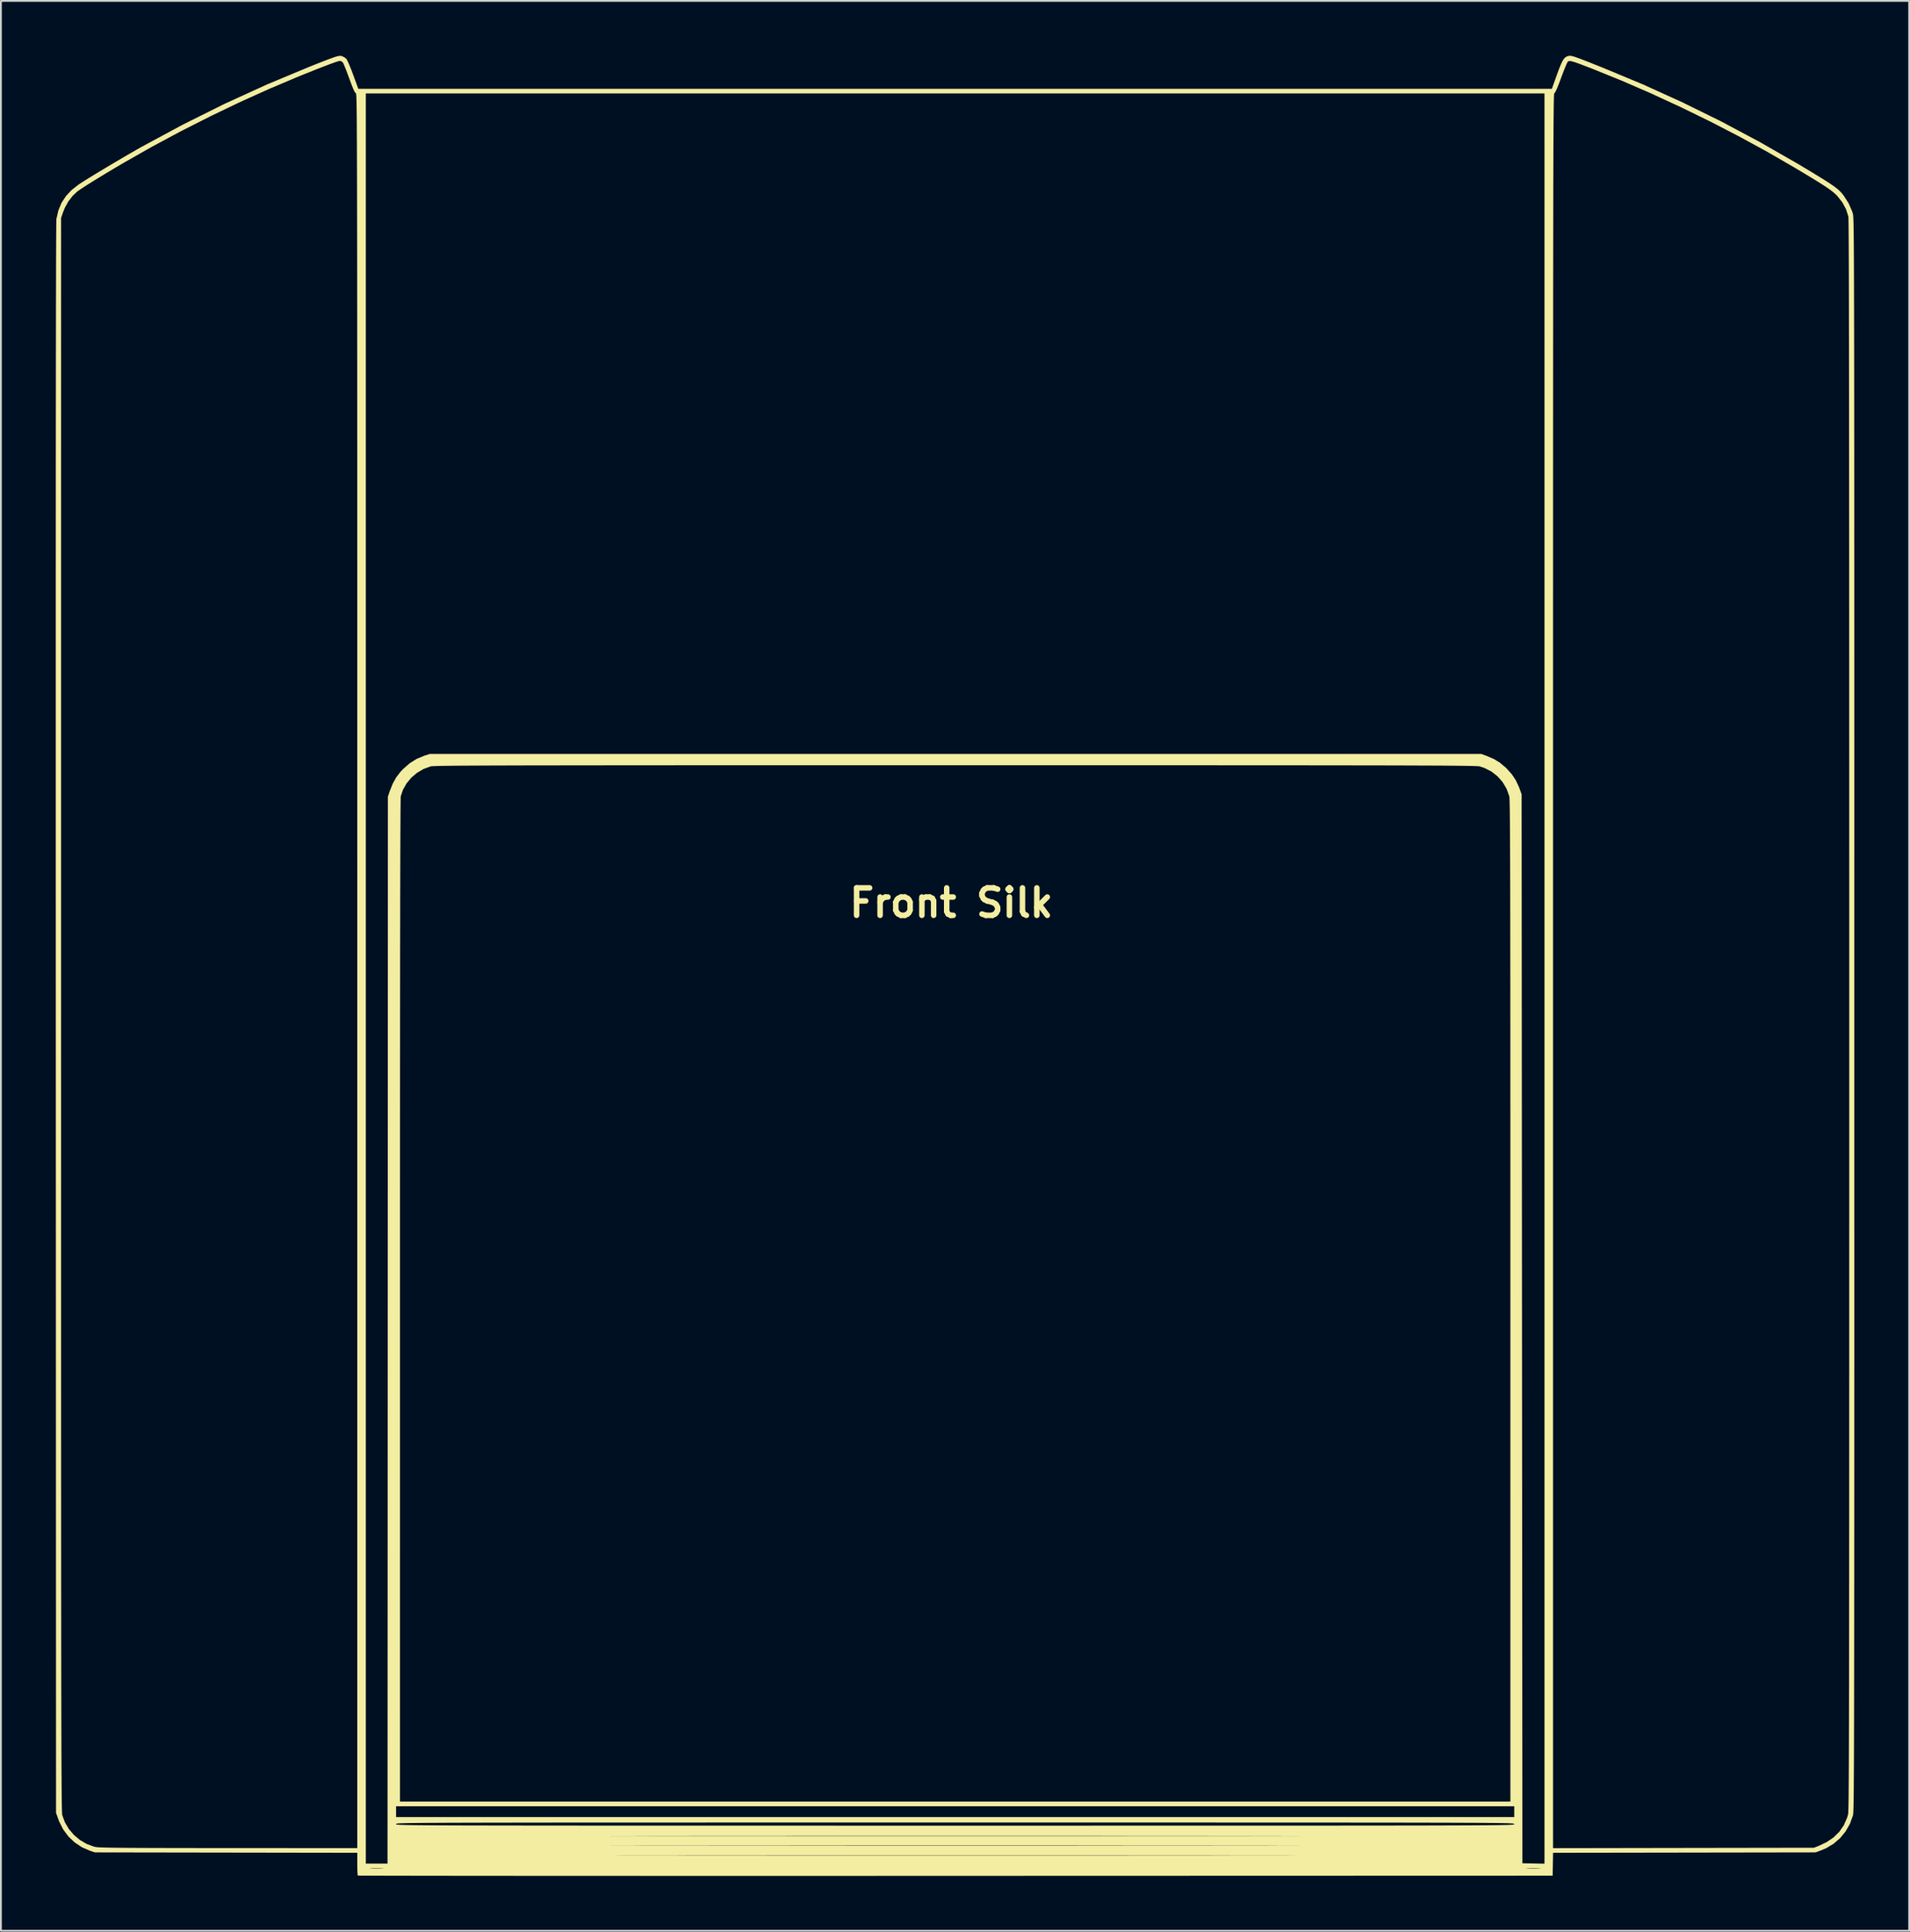
<source format=kicad_pcb>
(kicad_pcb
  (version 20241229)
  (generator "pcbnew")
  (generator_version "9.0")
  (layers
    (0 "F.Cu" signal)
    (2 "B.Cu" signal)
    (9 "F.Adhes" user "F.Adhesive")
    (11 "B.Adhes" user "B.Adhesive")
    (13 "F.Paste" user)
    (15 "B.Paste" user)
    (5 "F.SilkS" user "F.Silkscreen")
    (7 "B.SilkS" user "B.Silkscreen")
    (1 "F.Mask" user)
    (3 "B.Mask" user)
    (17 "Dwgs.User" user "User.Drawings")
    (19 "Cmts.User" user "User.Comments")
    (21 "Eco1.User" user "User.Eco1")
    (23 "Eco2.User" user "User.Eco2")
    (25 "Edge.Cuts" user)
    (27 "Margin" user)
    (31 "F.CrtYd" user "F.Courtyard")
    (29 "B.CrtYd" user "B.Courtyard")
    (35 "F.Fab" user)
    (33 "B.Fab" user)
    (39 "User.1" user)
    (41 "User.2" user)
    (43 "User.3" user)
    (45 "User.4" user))
  (footprint "Front Silk"
    (layer "F.Cu")
    (at 48.969 46.307)
    (property "Reference" "Front Silk" (at 0 0 0) (layer "F.SilkS") (effects (font (size 1.5 1.5) (thickness 0.3))))
    (attr board_only exclude_from_pos_files exclude_from_bom)
    (fp_poly (pts (xy 33.908 -46.3) (xy 33.988 -46.281) (xy 34.095 -46.249) (xy 34.236 -46.2) (xy 34.42 -46.132) (xy 34.653 -46.042) (xy 34.945 -45.928) (xy 35.302 -45.786) (xy 35.598 -45.668) (xy 37.801 -44.752) (xy 39.958 -43.774) (xy 42.079 -42.73) (xy 44.176 -41.614) (xy 46.261 -40.42) (xy 46.681 -40.169) (xy 47.1 -39.917) (xy 47.452 -39.702) (xy 47.745 -39.52) (xy 47.986 -39.366) (xy 48.182 -39.234) (xy 48.341 -39.12) (xy 48.47 -39.018) (xy 48.576 -38.923) (xy 48.665 -38.831) (xy 48.745 -38.736) (xy 48.794 -38.673) (xy 49.069 -38.245) (xy 49.263 -37.8) (xy 49.302 -37.673) (xy 49.306 -37.656) (xy 49.31 -37.636) (xy 49.314 -37.609) (xy 49.318 -37.575) (xy 49.321 -37.533) (xy 49.325 -37.48) (xy 49.328 -37.415) (xy 49.331 -37.337) (xy 49.334 -37.243) (xy 49.337 -37.133) (xy 49.34 -37.005) (xy 49.342 -36.858) (xy 49.345 -36.689) (xy 49.347 -36.497) (xy 49.35 -36.282) (xy 49.352 -36.04) (xy 49.354 -35.771) (xy 49.356 -35.474) (xy 49.358 -35.146) (xy 49.359 -34.786) (xy 49.361 -34.393) (xy 49.363 -33.965) (xy 49.364 -33.5) (xy 49.365 -32.997) (xy 49.367 -32.455) (xy 49.368 -31.872) (xy 49.369 -31.245) (xy 49.37 -30.575) (xy 49.371 -29.859) (xy 49.372 -29.096) (xy 49.373 -28.284) (xy 49.374 -27.422) (xy 49.374 -26.508) (xy 49.375 -25.54) (xy 49.376 -24.518) (xy 49.376 -23.439) (xy 49.377 -22.302) (xy 49.377 -21.105) (xy 49.377 -19.848) (xy 49.378 -18.527) (xy 49.378 -17.143) (xy 49.378 -15.693) (xy 49.379 -14.176) (xy 49.379 -12.59) (xy 49.379 -10.934) (xy 49.379 -9.206) (xy 49.379 -7.404) (xy 49.379 -5.528) (xy 49.379 -3.575) (xy 49.379 -1.545) (xy 49.379 0.565) (xy 49.379 2.757) (xy 49.379 5.03) (xy 49.379 6.106) (xy 49.379 8.42) (xy 49.379 10.651) (xy 49.379 12.799) (xy 49.379 14.868) (xy 49.379 16.858) (xy 49.379 18.771) (xy 49.379 20.608) (xy 49.379 22.371) (xy 49.379 24.062) (xy 49.379 25.681) (xy 49.378 27.232) (xy 49.378 28.714) (xy 49.378 30.129) (xy 49.378 31.48) (xy 49.377 32.768) (xy 49.377 33.993) (xy 49.376 35.159) (xy 49.376 36.265) (xy 49.375 37.315) (xy 49.374 38.309) (xy 49.374 39.248) (xy 49.373 40.135) (xy 49.372 40.971) (xy 49.371 41.757) (xy 49.37 42.496) (xy 49.369 43.187) (xy 49.368 43.834) (xy 49.367 44.438) (xy 49.366 44.999) (xy 49.364 45.52) (xy 49.363 46.003) (xy 49.361 46.448) (xy 49.36 46.857) (xy 49.358 47.232) (xy 49.356 47.574) (xy 49.354 47.885) (xy 49.352 48.167) (xy 49.35 48.42) (xy 49.348 48.647) (xy 49.345 48.849) (xy 49.343 49.027) (xy 49.34 49.184) (xy 49.338 49.32) (xy 49.335 49.437) (xy 49.332 49.536) (xy 49.329 49.62) (xy 49.326 49.69) (xy 49.322 49.747) (xy 49.319 49.792) (xy 49.315 49.828) (xy 49.312 49.856) (xy 49.308 49.877) (xy 49.305 49.888) (xy 49.139 50.344) (xy 48.903 50.758) (xy 48.604 51.122) (xy 48.247 51.43) (xy 47.838 51.675) (xy 47.569 51.789) (xy 47.259 51.903) (xy 40.084 51.914) (xy 32.908 51.925) (xy 32.896 52.55) (xy 32.884 53.175) (xy 0.23 53.185) (xy -1.432 53.186) (xy -3.072 53.186) (xy -4.69 53.187) (xy -6.283 53.187) (xy -7.849 53.187) (xy -9.386 53.187) (xy -10.892 53.187) (xy -12.364 53.187) (xy -13.802 53.187) (xy -15.202 53.187) (xy -16.563 53.187) (xy -17.883 53.186) (xy -19.16 53.186) (xy -20.391 53.186) (xy -21.574 53.185) (xy -22.708 53.185) (xy -23.791 53.184) (xy -24.82 53.183) (xy -25.793 53.182) (xy -26.709 53.182) (xy -27.564 53.181) (xy -28.359 53.18) (xy -29.089 53.179) (xy -29.753 53.178) (xy -30.35 53.177) (xy -30.876 53.176) (xy -31.33 53.175) (xy -31.711 53.173) (xy -32.015 53.172) (xy -32.241 53.171) (xy -32.387 53.169) (xy -32.45 53.168) (xy -32.453 53.168) (xy -32.463 53.117) (xy -32.472 52.998) (xy -32.478 52.826) (xy -32.479 52.788) (xy -31.796 52.788) (xy -31.785 52.792) (xy -31.702 52.795) (xy -31.553 52.797) (xy -31.421 52.797) (xy -31.232 52.796) (xy -31.105 52.794) (xy -31.045 52.791) (xy -31.056 52.787) (xy 31.445 52.787) (xy 31.451 52.792) (xy 31.529 52.795) (xy 31.674 52.797) (xy 31.824 52.797) (xy 32.018 52.796) (xy 32.151 52.794) (xy 32.218 52.791) (xy 32.211 52.786) (xy 32.155 52.783) (xy 31.948 52.777) (xy 31.711 52.778) (xy 31.519 52.783) (xy 31.445 52.787) (xy -31.056 52.787) (xy -31.06 52.786) (xy -31.114 52.783) (xy -31.33 52.777) (xy -31.569 52.778) (xy -31.729 52.783) (xy -31.796 52.788) (xy -32.479 52.788) (xy -32.481 52.617) (xy -32.481 52.532) (xy -32.481 51.925) (xy -39.658 51.914) (xy -46.835 51.903) (xy -47.111 51.808) (xy -47.548 51.616) (xy -47.939 51.355) (xy -48.279 51.031) (xy -48.562 50.65) (xy -48.781 50.219) (xy -48.826 50.102) (xy -48.955 49.74) (xy -48.966 10.661) (xy -48.679 10.661) (xy -48.679 12.824) (xy -48.679 14.907) (xy -48.679 16.912) (xy -48.679 18.839) (xy -48.679 20.69) (xy -48.679 22.467) (xy -48.679 24.171) (xy -48.678 25.804) (xy -48.678 27.367) (xy -48.678 28.862) (xy -48.677 30.29) (xy -48.677 31.653) (xy -48.676 32.952) (xy -48.676 34.188) (xy -48.675 35.364) (xy -48.675 36.48) (xy -48.674 37.539) (xy -48.673 38.541) (xy -48.672 39.489) (xy -48.672 40.383) (xy -48.671 41.226) (xy -48.67 42.018) (xy -48.669 42.761) (xy -48.667 43.457) (xy -48.666 44.107) (xy -48.665 44.713) (xy -48.664 45.276) (xy -48.662 45.798) (xy -48.661 46.28) (xy -48.659 46.724) (xy -48.657 47.131) (xy -48.655 47.503) (xy -48.653 47.84) (xy -48.651 48.146) (xy -48.649 48.421) (xy -48.647 48.666) (xy -48.645 48.884) (xy -48.643 49.075) (xy -48.64 49.242) (xy -48.637 49.385) (xy -48.635 49.506) (xy -48.632 49.607) (xy -48.629 49.69) (xy -48.626 49.755) (xy -48.623 49.804) (xy -48.619 49.839) (xy -48.616 49.861) (xy -48.615 49.865) (xy -48.47 50.259) (xy -48.253 50.625) (xy -47.975 50.951) (xy -47.647 51.226) (xy -47.28 51.441) (xy -46.885 51.586) (xy -46.803 51.605) (xy -46.755 51.613) (xy -46.683 51.62) (xy -46.581 51.626) (xy -46.448 51.632) (xy -46.279 51.637) (xy -46.071 51.642) (xy -45.821 51.646) (xy -45.524 51.649) (xy -45.176 51.653) (xy -44.776 51.655) (xy -44.318 51.658) (xy -43.799 51.66) (xy -43.216 51.661) (xy -42.566 51.663) (xy -41.843 51.664) (xy -41.046 51.665) (xy -40.17 51.666) (xy -39.51 51.666) (xy -32.481 51.669) (xy -32.481 4.134) (xy -32.015 4.134) (xy -32.015 52.517) (xy -31.422 52.517) (xy -30.828 52.517) (xy -30.828 52.066) (xy -18.668 52.066) (xy -18.594 52.067) (xy -18.446 52.067) (xy -18.224 52.068) (xy -17.928 52.068) (xy -17.561 52.069) (xy -17.122 52.069) (xy -16.612 52.069) (xy -16.034 52.07) (xy -15.386 52.07) (xy -14.672 52.07) (xy -13.89 52.071) (xy -13.042 52.071) (xy -12.13 52.071) (xy -11.153 52.071) (xy -10.114 52.071) (xy -9.012 52.072) (xy -7.848 52.072) (xy -6.624 52.072) (xy -5.341 52.072) (xy -3.999 52.072) (xy -2.6 52.072) (xy -1.143 52.072) (xy 0.212 52.072) (xy 1.719 52.072) (xy 3.17 52.072) (xy 4.563 52.072) (xy 5.899 52.072) (xy 7.177 52.072) (xy 8.394 52.072) (xy 9.551 52.072) (xy 10.647 52.071) (xy 11.68 52.071) (xy 12.65 52.071) (xy 13.556 52.071) (xy 14.397 52.07) (xy 15.172 52.07) (xy 15.88 52.07) (xy 16.52 52.07) (xy 17.092 52.069) (xy 17.594 52.069) (xy 18.025 52.069) (xy 18.386 52.068) (xy 18.674 52.068) (xy 18.888 52.067) (xy 19.029 52.067) (xy 19.095 52.066) (xy 19.085 52.066) (xy 18.998 52.066) (xy 18.833 52.065) (xy 18.59 52.065) (xy 18.267 52.064) (xy 17.864 52.064) (xy 17.38 52.063) (xy 16.814 52.063) (xy 16.164 52.062) (xy 15.509 52.062) (xy 14.171 52.061) (xy 12.758 52.06) (xy 11.276 52.059) (xy 9.736 52.059) (xy 8.146 52.058) (xy 6.515 52.058) (xy 4.852 52.057) (xy 3.164 52.057) (xy 1.462 52.057) (xy -0.247 52.057) (xy -1.954 52.057) (xy -3.65 52.057) (xy -5.325 52.058) (xy -6.973 52.058) (xy -8.583 52.058) (xy -10.147 52.059) (xy -11.656 52.06) (xy -13.102 52.06) (xy -14.477 52.061) (xy -15.085 52.062) (xy -15.81 52.062) (xy -16.451 52.063) (xy -17.009 52.063) (xy -17.485 52.064) (xy -17.88 52.064) (xy -18.195 52.065) (xy -18.43 52.065) (xy -18.586 52.066) (xy -18.665 52.066) (xy -18.668 52.066) (xy -30.828 52.066) (xy -30.828 51.515) (xy -18.668 51.515) (xy -18.594 51.516) (xy -18.446 51.516) (xy -18.224 51.517) (xy -17.928 51.517) (xy -17.561 51.517) (xy -17.122 51.518) (xy -16.612 51.518) (xy -16.034 51.518) (xy -15.386 51.519) (xy -14.672 51.519) (xy -13.89 51.519) (xy -13.042 51.52) (xy -12.13 51.52) (xy -11.153 51.52) (xy -10.114 51.52) (xy -9.012 51.52) (xy -7.848 51.521) (xy -6.624 51.521) (xy -5.341 51.521) (xy -3.999 51.521) (xy -2.6 51.521) (xy -1.143 51.521) (xy 0.212 51.521) (xy 1.719 51.521) (xy 3.17 51.521) (xy 4.563 51.521) (xy 5.899 51.521) (xy 7.177 51.521) (xy 8.394 51.521) (xy 9.551 51.52) (xy 10.647 51.52) (xy 11.68 51.52) (xy 12.65 51.52) (xy 13.556 51.52) (xy 14.397 51.519) (xy 15.172 51.519) (xy 15.88 51.519) (xy 16.52 51.518) (xy 17.092 51.518) (xy 17.594 51.518) (xy 18.025 51.517) (xy 18.386 51.517) (xy 18.674 51.516) (xy 18.888 51.516) (xy 19.029 51.516) (xy 19.095 51.515) (xy 19.085 51.515) (xy 18.998 51.514) (xy 18.833 51.514) (xy 18.59 51.513) (xy 18.267 51.513) (xy 17.864 51.512) (xy 17.38 51.512) (xy 16.814 51.511) (xy 16.164 51.511) (xy 15.509 51.51) (xy 14.171 51.509) (xy 12.758 51.509) (xy 11.276 51.508) (xy 9.736 51.507) (xy 8.146 51.507) (xy 6.515 51.506) (xy 4.852 51.506) (xy 3.164 51.506) (xy 1.462 51.506) (xy -0.247 51.506) (xy -1.954 51.506) (xy -3.65 51.506) (xy -5.325 51.506) (xy -6.973 51.507) (xy -8.583 51.507) (xy -10.147 51.508) (xy -11.656 51.508) (xy -13.102 51.509) (xy -14.477 51.51) (xy -15.085 51.51) (xy -15.81 51.511) (xy -16.451 51.511) (xy -17.009 51.512) (xy -17.485 51.512) (xy -17.88 51.513) (xy -18.195 51.513) (xy -18.43 51.514) (xy -18.586 51.514) (xy -18.665 51.515) (xy -18.668 51.515) (xy -30.828 51.515) (xy -30.828 51.006) (xy -18.668 51.006) (xy -18.594 51.007) (xy -18.446 51.007) (xy -18.224 51.008) (xy -17.928 51.008) (xy -17.561 51.008) (xy -17.122 51.009) (xy -16.612 51.009) (xy -16.034 51.01) (xy -15.386 51.01) (xy -14.672 51.01) (xy -13.89 51.01) (xy -13.042 51.011) (xy -12.13 51.011) (xy -11.153 51.011) (xy -10.114 51.011) (xy -9.012 51.012) (xy -7.848 51.012) (xy -6.624 51.012) (xy -5.341 51.012) (xy -3.999 51.012) (xy -2.6 51.012) (xy -1.143 51.012) (xy 0.212 51.012) (xy 1.719 51.012) (xy 3.17 51.012) (xy 4.563 51.012) (xy 5.899 51.012) (xy 7.177 51.012) (xy 8.394 51.012) (xy 9.551 51.012) (xy 10.647 51.011) (xy 11.68 51.011) (xy 12.65 51.011) (xy 13.556 51.011) (xy 14.397 51.01) (xy 15.172 51.01) (xy 15.88 51.01) (xy 16.52 51.009) (xy 17.092 51.009) (xy 17.594 51.009) (xy 18.025 51.008) (xy 18.386 51.008) (xy 18.674 51.008) (xy 18.888 51.007) (xy 19.029 51.007) (xy 19.095 51.006) (xy 19.085 51.006) (xy 18.998 51.005) (xy 18.833 51.005) (xy 18.59 51.004) (xy 18.267 51.004) (xy 17.864 51.003) (xy 17.38 51.003) (xy 16.814 51.002) (xy 16.164 51.002) (xy 15.509 51.001) (xy 14.171 51.001) (xy 12.758 51) (xy 11.276 50.999) (xy 9.736 50.999) (xy 8.146 50.998) (xy 6.515 50.998) (xy 4.852 50.997) (xy 3.164 50.997) (xy 1.462 50.997) (xy -0.247 50.997) (xy -1.954 50.997) (xy -3.65 50.997) (xy -5.325 50.997) (xy -6.973 50.998) (xy -8.583 50.998) (xy -10.147 50.999) (xy -11.656 50.999) (xy -13.102 51) (xy -14.477 51.001) (xy -15.085 51.001) (xy -15.81 51.002) (xy -16.451 51.002) (xy -17.009 51.003) (xy -17.485 51.004) (xy -17.88 51.004) (xy -18.195 51.005) (xy -18.43 51.005) (xy -18.586 51.005) (xy -18.665 51.006) (xy -18.668 51.006) (xy -30.828 51.006) (xy -30.827 50.355) (xy -30.361 50.355) (xy -30.361 50.36) (xy -30.359 50.365) (xy -30.353 50.37) (xy -30.341 50.375) (xy -30.322 50.379) (xy -30.294 50.384) (xy -30.255 50.388) (xy -30.203 50.391) (xy -30.137 50.395) (xy -30.053 50.399) (xy -29.952 50.402) (xy -29.83 50.405) (xy -29.687 50.408) (xy -29.52 50.411) (xy -29.327 50.413) (xy -29.106 50.416) (xy -28.857 50.418) (xy -28.576 50.42) (xy -28.263 50.422) (xy -27.914 50.424) (xy -27.529 50.426) (xy -27.106 50.427) (xy -26.643 50.429) (xy -26.137 50.43) (xy -25.588 50.431) (xy -24.993 50.432) (xy -24.351 50.433) (xy -23.659 50.434) (xy -22.916 50.435) (xy -22.12 50.436) (xy -21.269 50.436) (xy -20.362 50.437) (xy -19.397 50.437) (xy -18.371 50.438) (xy -17.283 50.438) (xy -16.131 50.439) (xy -14.913 50.439) (xy -13.628 50.439) (xy -12.273 50.439) (xy -10.848 50.439) (xy -9.349 50.439) (xy -7.775 50.439) (xy -6.125 50.44) (xy -4.396 50.44) (xy -2.587 50.44) (xy -0.696 50.44) (xy 0.212 50.44) (xy 2.142 50.44) (xy 3.989 50.44) (xy 5.755 50.44) (xy 7.442 50.44) (xy 9.051 50.439) (xy 10.584 50.439) (xy 12.043 50.439) (xy 13.431 50.439) (xy 14.748 50.439) (xy 15.997 50.439) (xy 17.179 50.438) (xy 18.297 50.438) (xy 19.351 50.438) (xy 20.345 50.437) (xy 21.279 50.437) (xy 22.156 50.436) (xy 22.977 50.435) (xy 23.744 50.435) (xy 24.459 50.434) (xy 25.124 50.433) (xy 25.741 50.432) (xy 26.311 50.431) (xy 26.837 50.429) (xy 27.32 50.428) (xy 27.761 50.426) (xy 28.164 50.425) (xy 28.529 50.423) (xy 28.859 50.421) (xy 29.154 50.419) (xy 29.418 50.417) (xy 29.652 50.414) (xy 29.857 50.412) (xy 30.036 50.409) (xy 30.191 50.406) (xy 30.322 50.403) (xy 30.433 50.4) (xy 30.524 50.397) (xy 30.598 50.393) (xy 30.657 50.389) (xy 30.702 50.385) (xy 30.735 50.381) (xy 30.757 50.377) (xy 30.772 50.372) (xy 30.781 50.368) (xy 30.784 50.363) (xy 30.785 50.357) (xy 30.785 50.355) (xy 30.785 50.349) (xy 30.783 50.344) (xy 30.777 50.339) (xy 30.765 50.335) (xy 30.746 50.33) (xy 30.718 50.326) (xy 30.679 50.322) (xy 30.627 50.318) (xy 30.561 50.314) (xy 30.477 50.311) (xy 30.376 50.308) (xy 30.254 50.305) (xy 30.111 50.302) (xy 29.944 50.299) (xy 29.751 50.296) (xy 29.53 50.294) (xy 29.281 50.292) (xy 29 50.289) (xy 28.687 50.287) (xy 28.338 50.286) (xy 27.953 50.284) (xy 27.53 50.282) (xy 27.067 50.281) (xy 26.561 50.28) (xy 26.012 50.278) (xy 25.417 50.277) (xy 24.775 50.276) (xy 24.083 50.275) (xy 23.34 50.274) (xy 22.544 50.274) (xy 21.694 50.273) (xy 20.786 50.273) (xy 19.821 50.272) (xy 18.795 50.272) (xy 17.707 50.271) (xy 16.555 50.271) (xy 15.337 50.271) (xy 14.052 50.27) (xy 12.697 50.27) (xy 11.272 50.27) (xy 9.773 50.27) (xy 8.199 50.27) (xy 6.549 50.27) (xy 4.82 50.27) (xy 3.011 50.27) (xy 1.12 50.27) (xy 0.212 50.27) (xy -1.718 50.27) (xy -3.565 50.27) (xy -5.331 50.27) (xy -7.017 50.27) (xy -8.627 50.27) (xy -10.16 50.27) (xy -11.619 50.27) (xy -13.007 50.27) (xy -14.324 50.271) (xy -15.573 50.271) (xy -16.755 50.271) (xy -17.873 50.271) (xy -18.927 50.272) (xy -19.921 50.272) (xy -20.855 50.273) (xy -21.731 50.273) (xy -22.553 50.274) (xy -23.32 50.275) (xy -24.035 50.276) (xy -24.7 50.277) (xy -25.317 50.278) (xy -25.887 50.279) (xy -26.413 50.28) (xy -26.896 50.282) (xy -27.337 50.283) (xy -27.74 50.285) (xy -28.105 50.287) (xy -28.434 50.289) (xy -28.73 50.291) (xy -28.994 50.293) (xy -29.228 50.295) (xy -29.433 50.298) (xy -29.612 50.3) (xy -29.767 50.303) (xy -29.898 50.306) (xy -30.009 50.309) (xy -30.1 50.313) (xy -30.174 50.316) (xy -30.233 50.32) (xy -30.278 50.324) (xy -30.31 50.328) (xy -30.333 50.333) (xy -30.348 50.337) (xy -30.356 50.342) (xy -30.36 50.347) (xy -30.361 50.352) (xy -30.361 50.355) (xy -30.827 50.355) (xy -30.827 49.676) (xy -30.361 49.676) (xy -30.361 49.973) (xy 0.212 49.973) (xy 30.785 49.973) (xy 30.785 49.676) (xy 30.785 49.379) (xy 0.212 49.379) (xy -30.361 49.379) (xy -30.361 49.676) (xy -30.827 49.676) (xy -30.827 49.125) (xy -30.149 49.125) (xy 0.212 49.125) (xy 30.573 49.125) (xy 30.573 21.762) (xy 30.573 19.92) (xy 30.573 18.16) (xy 30.573 16.482) (xy 30.573 14.883) (xy 30.573 13.361) (xy 30.573 11.915) (xy 30.572 10.541) (xy 30.572 9.24) (xy 30.572 8.008) (xy 30.571 6.845) (xy 30.57 5.747) (xy 30.57 4.713) (xy 30.569 3.742) (xy 30.568 2.83) (xy 30.567 1.978) (xy 30.566 1.182) (xy 30.565 0.44) (xy 30.564 -0.249) (xy 30.563 -0.886) (xy 30.561 -1.475) (xy 30.56 -2.017) (xy 30.558 -2.513) (xy 30.556 -2.966) (xy 30.555 -3.378) (xy 30.552 -3.75) (xy 30.55 -4.084) (xy 30.548 -4.382) (xy 30.545 -4.646) (xy 30.543 -4.879) (xy 30.54 -5.081) (xy 30.537 -5.254) (xy 30.534 -5.402) (xy 30.531 -5.525) (xy 30.527 -5.625) (xy 30.524 -5.704) (xy 30.52 -5.765) (xy 30.516 -5.808) (xy 30.512 -5.836) (xy 30.51 -5.843) (xy 30.362 -6.247) (xy 30.144 -6.611) (xy 29.865 -6.926) (xy 29.531 -7.185) (xy 29.151 -7.378) (xy 28.89 -7.464) (xy 28.867 -7.468) (xy 28.829 -7.472) (xy 28.776 -7.476) (xy 28.704 -7.479) (xy 28.612 -7.483) (xy 28.499 -7.486) (xy 28.362 -7.489) (xy 28.199 -7.492) (xy 28.009 -7.495) (xy 27.79 -7.497) (xy 27.54 -7.5) (xy 27.257 -7.502) (xy 26.939 -7.505) (xy 26.585 -7.507) (xy 26.192 -7.509) (xy 25.759 -7.51) (xy 25.284 -7.512) (xy 24.764 -7.514) (xy 24.2 -7.515) (xy 23.587 -7.517) (xy 22.925 -7.518) (xy 22.211 -7.519) (xy 21.445 -7.52) (xy 20.623 -7.521) (xy 19.745 -7.522) (xy 18.807 -7.523) (xy 17.809 -7.523) (xy 16.749 -7.524) (xy 15.625 -7.524) (xy 14.434 -7.525) (xy 13.175 -7.525) (xy 11.847 -7.526) (xy 10.446 -7.526) (xy 8.973 -7.526) (xy 7.424 -7.526) (xy 5.798 -7.527) (xy 4.092 -7.527) (xy 2.306 -7.527) (xy 0.437 -7.527) (xy 0.212 -7.527) (xy -1.665 -7.527) (xy -3.459 -7.527) (xy -5.172 -7.527) (xy -6.805 -7.526) (xy -8.361 -7.526) (xy -9.842 -7.526) (xy -11.249 -7.526) (xy -12.584 -7.525) (xy -13.849 -7.525) (xy -15.046 -7.525) (xy -16.177 -7.524) (xy -17.243 -7.524) (xy -18.247 -7.523) (xy -19.19 -7.522) (xy -20.074 -7.521) (xy -20.902 -7.52) (xy -21.674 -7.519) (xy -22.392 -7.518) (xy -23.06 -7.517) (xy -23.678 -7.516) (xy -24.248 -7.514) (xy -24.772 -7.513) (xy -25.252 -7.511) (xy -25.69 -7.509) (xy -26.088 -7.507) (xy -26.447 -7.505) (xy -26.77 -7.503) (xy -27.057 -7.501) (xy -27.312 -7.498) (xy -27.536 -7.495) (xy -27.731 -7.493) (xy -27.899 -7.49) (xy -28.041 -7.487) (xy -28.159 -7.483) (xy -28.255 -7.48) (xy -28.332 -7.476) (xy -28.391 -7.473) (xy -28.433 -7.469) (xy -28.461 -7.465) (xy -28.469 -7.463) (xy -28.858 -7.321) (xy -29.214 -7.112) (xy -29.528 -6.845) (xy -29.788 -6.531) (xy -29.986 -6.181) (xy -30.103 -5.829) (xy -30.107 -5.777) (xy -30.11 -5.65) (xy -30.113 -5.447) (xy -30.116 -5.169) (xy -30.119 -4.814) (xy -30.121 -4.382) (xy -30.124 -3.873) (xy -30.126 -3.287) (xy -30.129 -2.623) (xy -30.131 -1.881) (xy -30.133 -1.061) (xy -30.135 -0.161) (xy -30.136 0.818) (xy -30.138 1.877) (xy -30.14 3.015) (xy -30.141 4.234) (xy -30.142 5.535) (xy -30.143 6.916) (xy -30.144 8.379) (xy -30.145 9.924) (xy -30.146 11.551) (xy -30.147 13.261) (xy -30.147 15.054) (xy -30.148 16.931) (xy -30.148 18.891) (xy -30.148 20.936) (xy -30.148 21.743) (xy -30.149 49.125) (xy -30.827 49.125) (xy -30.817 23.354) (xy -30.807 -5.809) (xy -30.707 -6.106) (xy -30.546 -6.514) (xy -30.353 -6.862) (xy -30.114 -7.173) (xy -29.98 -7.315) (xy -29.614 -7.635) (xy -29.229 -7.876) (xy -28.816 -8.047) (xy -28.814 -8.048) (xy -28.517 -8.142) (xy 0.233 -8.142) (xy 28.983 -8.142) (xy 29.294 -8.028) (xy 29.667 -7.868) (xy 29.989 -7.672) (xy 30.292 -7.421) (xy 30.381 -7.334) (xy 30.652 -7.032) (xy 30.862 -6.719) (xy 31.03 -6.364) (xy 31.075 -6.248) (xy 31.188 -5.937) (xy 31.209 23.28) (xy 31.231 52.496) (xy 31.835 52.508) (xy 32.439 52.52) (xy 32.439 4.136) (xy 32.439 3.714) (xy 32.906 3.714) (xy 32.906 51.671) (xy 40.04 51.659) (xy 47.174 51.648) (xy 47.409 51.558) (xy 47.861 51.346) (xy 48.246 51.085) (xy 48.562 50.773) (xy 48.81 50.413) (xy 48.988 50.003) (xy 49.039 49.826) (xy 49.043 49.807) (xy 49.046 49.774) (xy 49.049 49.728) (xy 49.052 49.666) (xy 49.055 49.586) (xy 49.058 49.488) (xy 49.061 49.37) (xy 49.064 49.23) (xy 49.066 49.067) (xy 49.069 48.879) (xy 49.071 48.664) (xy 49.073 48.423) (xy 49.075 48.152) (xy 49.077 47.85) (xy 49.079 47.516) (xy 49.081 47.148) (xy 49.083 46.745) (xy 49.084 46.306) (xy 49.086 45.828) (xy 49.087 45.311) (xy 49.089 44.752) (xy 49.09 44.151) (xy 49.091 43.505) (xy 49.093 42.814) (xy 49.094 42.075) (xy 49.095 41.288) (xy 49.096 40.451) (xy 49.097 39.562) (xy 49.097 38.619) (xy 49.098 37.622) (xy 49.099 36.569) (xy 49.099 35.458) (xy 49.1 34.288) (xy 49.101 33.057) (xy 49.101 31.764) (xy 49.102 30.407) (xy 49.102 28.985) (xy 49.102 27.497) (xy 49.103 25.94) (xy 49.103 24.313) (xy 49.103 22.615) (xy 49.103 20.845) (xy 49.103 19) (xy 49.104 17.08) (xy 49.104 15.082) (xy 49.104 13.005) (xy 49.104 10.849) (xy 49.104 8.611) (xy 49.104 6.289) (xy 49.104 6.142) (xy 49.104 3.651) (xy 49.104 1.244) (xy 49.104 -1.079) (xy 49.103 -3.321) (xy 49.103 -5.482) (xy 49.103 -7.563) (xy 49.102 -9.564) (xy 49.102 -11.488) (xy 49.102 -13.334) (xy 49.101 -15.104) (xy 49.1 -16.798) (xy 49.1 -18.418) (xy 49.099 -19.965) (xy 49.098 -21.439) (xy 49.097 -22.841) (xy 49.096 -24.173) (xy 49.095 -25.435) (xy 49.094 -26.629) (xy 49.093 -27.754) (xy 49.092 -28.813) (xy 49.09 -29.806) (xy 49.089 -30.734) (xy 49.087 -31.598) (xy 49.086 -32.399) (xy 49.084 -33.137) (xy 49.083 -33.815) (xy 49.081 -34.432) (xy 49.079 -34.99) (xy 49.077 -35.49) (xy 49.075 -35.932) (xy 49.073 -36.317) (xy 49.071 -36.648) (xy 49.068 -36.923) (xy 49.066 -37.145) (xy 49.063 -37.315) (xy 49.061 -37.432) (xy 49.058 -37.499) (xy 49.057 -37.515) (xy 48.932 -37.91) (xy 48.732 -38.286) (xy 48.467 -38.626) (xy 48.44 -38.655) (xy 48.352 -38.742) (xy 48.255 -38.829) (xy 48.141 -38.921) (xy 48.003 -39.023) (xy 47.836 -39.138) (xy 47.632 -39.271) (xy 47.384 -39.427) (xy 47.087 -39.61) (xy 46.732 -39.825) (xy 46.314 -40.075) (xy 46.093 -40.207) (xy 44.615 -41.062) (xy 43.075 -41.902) (xy 41.491 -42.72) (xy 39.881 -43.506) (xy 38.263 -44.253) (xy 36.655 -44.95) (xy 35.075 -45.59) (xy 34.721 -45.726) (xy 34.43 -45.837) (xy 34.207 -45.919) (xy 34.041 -45.975) (xy 33.921 -46.008) (xy 33.837 -46.021) (xy 33.776 -46.017) (xy 33.73 -45.999) (xy 33.718 -45.992) (xy 33.687 -45.943) (xy 33.632 -45.826) (xy 33.56 -45.654) (xy 33.475 -45.439) (xy 33.381 -45.193) (xy 33.352 -45.113) (xy 33.23 -44.788) (xy 33.132 -44.543) (xy 33.056 -44.374) (xy 33.001 -44.28) (xy 32.974 -44.256) (xy 32.971 -44.251) (xy 32.967 -44.237) (xy 32.964 -44.212) (xy 32.961 -44.174) (xy 32.958 -44.123) (xy 32.955 -44.057) (xy 32.952 -43.974) (xy 32.949 -43.873) (xy 32.947 -43.752) (xy 32.944 -43.611) (xy 32.942 -43.447) (xy 32.94 -43.259) (xy 32.938 -43.047) (xy 32.935 -42.807) (xy 32.933 -42.54) (xy 32.931 -42.243) (xy 32.93 -41.914) (xy 32.928 -41.554) (xy 32.926 -41.16) (xy 32.925 -40.73) (xy 32.923 -40.264) (xy 32.922 -39.759) (xy 32.92 -39.215) (xy 32.919 -38.63) (xy 32.918 -38.002) (xy 32.917 -37.33) (xy 32.916 -36.613) (xy 32.915 -35.85) (xy 32.914 -35.038) (xy 32.913 -34.176) (xy 32.912 -33.263) (xy 32.912 -32.298) (xy 32.911 -31.278) (xy 32.91 -30.203) (xy 32.91 -29.072) (xy 32.909 -27.882) (xy 32.909 -26.632) (xy 32.908 -25.321) (xy 32.908 -23.948) (xy 32.907 -22.51) (xy 32.907 -21.007) (xy 32.907 -19.437) (xy 32.907 -17.799) (xy 32.906 -16.09) (xy 32.906 -14.311) (xy 32.906 -12.459) (xy 32.906 -10.533) (xy 32.906 -8.531) (xy 32.906 -6.452) (xy 32.906 -4.295) (xy 32.906 -2.057) (xy 32.906 0.261) (xy 32.906 2.662) (xy 32.906 3.714) (xy 32.439 3.714) (xy 32.439 -44.249) (xy 0.212 -44.249) (xy -32.015 -44.249) (xy -32.015 4.134) (xy -32.481 4.134) (xy -32.481 3.715) (xy -32.481 1.286) (xy -32.481 -1.06) (xy -32.482 -3.324) (xy -32.482 -5.508) (xy -32.482 -7.613) (xy -32.482 -9.64) (xy -32.482 -11.591) (xy -32.482 -13.468) (xy -32.482 -15.271) (xy -32.482 -17.002) (xy -32.482 -18.664) (xy -32.483 -20.256) (xy -32.483 -21.781) (xy -32.483 -23.24) (xy -32.483 -24.635) (xy -32.484 -25.967) (xy -32.484 -27.237) (xy -32.485 -28.447) (xy -32.485 -29.599) (xy -32.486 -30.693) (xy -32.486 -31.731) (xy -32.487 -32.716) (xy -32.488 -33.647) (xy -32.488 -34.527) (xy -32.489 -35.357) (xy -32.49 -36.139) (xy -32.491 -36.873) (xy -32.492 -37.562) (xy -32.493 -38.207) (xy -32.494 -38.81) (xy -32.496 -39.371) (xy -32.497 -39.892) (xy -32.498 -40.375) (xy -32.5 -40.821) (xy -32.501 -41.232) (xy -32.503 -41.609) (xy -32.505 -41.953) (xy -32.507 -42.267) (xy -32.508 -42.55) (xy -32.51 -42.806) (xy -32.513 -43.035) (xy -32.515 -43.239) (xy -32.517 -43.419) (xy -32.52 -43.577) (xy -32.522 -43.714) (xy -32.525 -43.831) (xy -32.527 -43.931) (xy -32.53 -44.014) (xy -32.533 -44.082) (xy -32.536 -44.136) (xy -32.54 -44.178) (xy -32.543 -44.21) (xy -32.547 -44.232) (xy -32.55 -44.247) (xy -32.554 -44.255) (xy -32.558 -44.259) (xy -32.558 -44.259) (xy -32.596 -44.291) (xy -32.646 -44.377) (xy -32.712 -44.522) (xy -32.796 -44.733) (xy -32.902 -45.017) (xy -32.925 -45.08) (xy -33.017 -45.329) (xy -33.103 -45.555) (xy -33.179 -45.742) (xy -33.238 -45.879) (xy -33.275 -45.951) (xy -33.279 -45.955) (xy -33.369 -46.015) (xy -33.435 -46.03) (xy -33.511 -46.013) (xy -33.66 -45.966) (xy -33.878 -45.888) (xy -34.16 -45.783) (xy -34.501 -45.652) (xy -34.896 -45.496) (xy -35.342 -45.318) (xy -35.705 -45.171) (xy -37.288 -44.502) (xy -38.899 -43.775) (xy -40.518 -42.999) (xy -42.123 -42.186) (xy -43.693 -41.344) (xy -45.207 -40.485) (xy -45.222 -40.476) (xy -45.686 -40.203) (xy -46.123 -39.943) (xy -46.526 -39.699) (xy -46.89 -39.476) (xy -47.206 -39.279) (xy -47.469 -39.11) (xy -47.672 -38.975) (xy -47.807 -38.877) (xy -47.808 -38.876) (xy -48.062 -38.634) (xy -48.29 -38.332) (xy -48.476 -37.993) (xy -48.558 -37.789) (xy -48.679 -37.443) (xy -48.679 6.087) (xy -48.679 8.415) (xy -48.679 10.661) (xy -48.966 10.661) (xy -48.967 6.318) (xy -48.968 3.726) (xy -48.968 1.218) (xy -48.969 -1.207) (xy -48.969 -3.548) (xy -48.969 -5.806) (xy -48.969 -7.981) (xy -48.969 -10.075) (xy -48.969 -12.087) (xy -48.969 -14.018) (xy -48.969 -15.869) (xy -48.969 -17.64) (xy -48.968 -19.331) (xy -48.968 -20.943) (xy -48.967 -22.477) (xy -48.967 -23.933) (xy -48.966 -25.311) (xy -48.965 -26.611) (xy -48.964 -27.836) (xy -48.963 -28.984) (xy -48.962 -30.056) (xy -48.96 -31.053) (xy -48.959 -31.975) (xy -48.958 -32.823) (xy -48.956 -33.598) (xy -48.954 -34.299) (xy -48.953 -34.927) (xy -48.951 -35.483) (xy -48.949 -35.967) (xy -48.947 -36.38) (xy -48.944 -36.722) (xy -48.942 -36.993) (xy -48.94 -37.195) (xy -48.937 -37.327) (xy -48.935 -37.39) (xy -48.934 -37.394) (xy -48.827 -37.855) (xy -48.654 -38.27) (xy -48.409 -38.643) (xy -48.091 -38.98) (xy -47.696 -39.286) (xy -47.669 -39.304) (xy -47.458 -39.439) (xy -47.186 -39.609) (xy -46.864 -39.807) (xy -46.505 -40.024) (xy -46.121 -40.254) (xy -45.724 -40.49) (xy -45.326 -40.724) (xy -44.939 -40.95) (xy -44.576 -41.159) (xy -44.27 -41.332) (xy -42.029 -42.541) (xy -39.748 -43.676) (xy -37.429 -44.735) (xy -35.073 -45.718) (xy -34.983 -45.754) (xy -34.598 -45.906) (xy -34.284 -46.029) (xy -34.032 -46.125) (xy -33.833 -46.198) (xy -33.68 -46.25) (xy -33.564 -46.283) (xy -33.476 -46.3) (xy -33.409 -46.304) (xy -33.354 -46.297) (xy -33.31 -46.285) (xy -33.183 -46.222) (xy -33.081 -46.141) (xy -33.038 -46.072) (xy -32.973 -45.936) (xy -32.893 -45.75) (xy -32.803 -45.526) (xy -32.71 -45.279) (xy -32.708 -45.273) (xy -32.427 -44.503) (xy 0.207 -44.503) (xy 32.842 -44.503) (xy 33.118 -45.272) (xy 33.233 -45.585) (xy 33.33 -45.827) (xy 33.415 -46.006) (xy 33.494 -46.134) (xy 33.573 -46.218) (xy 33.658 -46.27) (xy 33.752 -46.299) (xy 33.798 -46.306) (xy 33.848 -46.307)) (stroke (width 0) (type solid)) (fill yes) (layer "F.SilkS")))
  (gr_rect
    (start -3 -3)
    (end 101.349 102.494)
    (stroke (width 0.1) (type default))
    (fill no)
    (layer "Edge.Cuts")))
</source>
